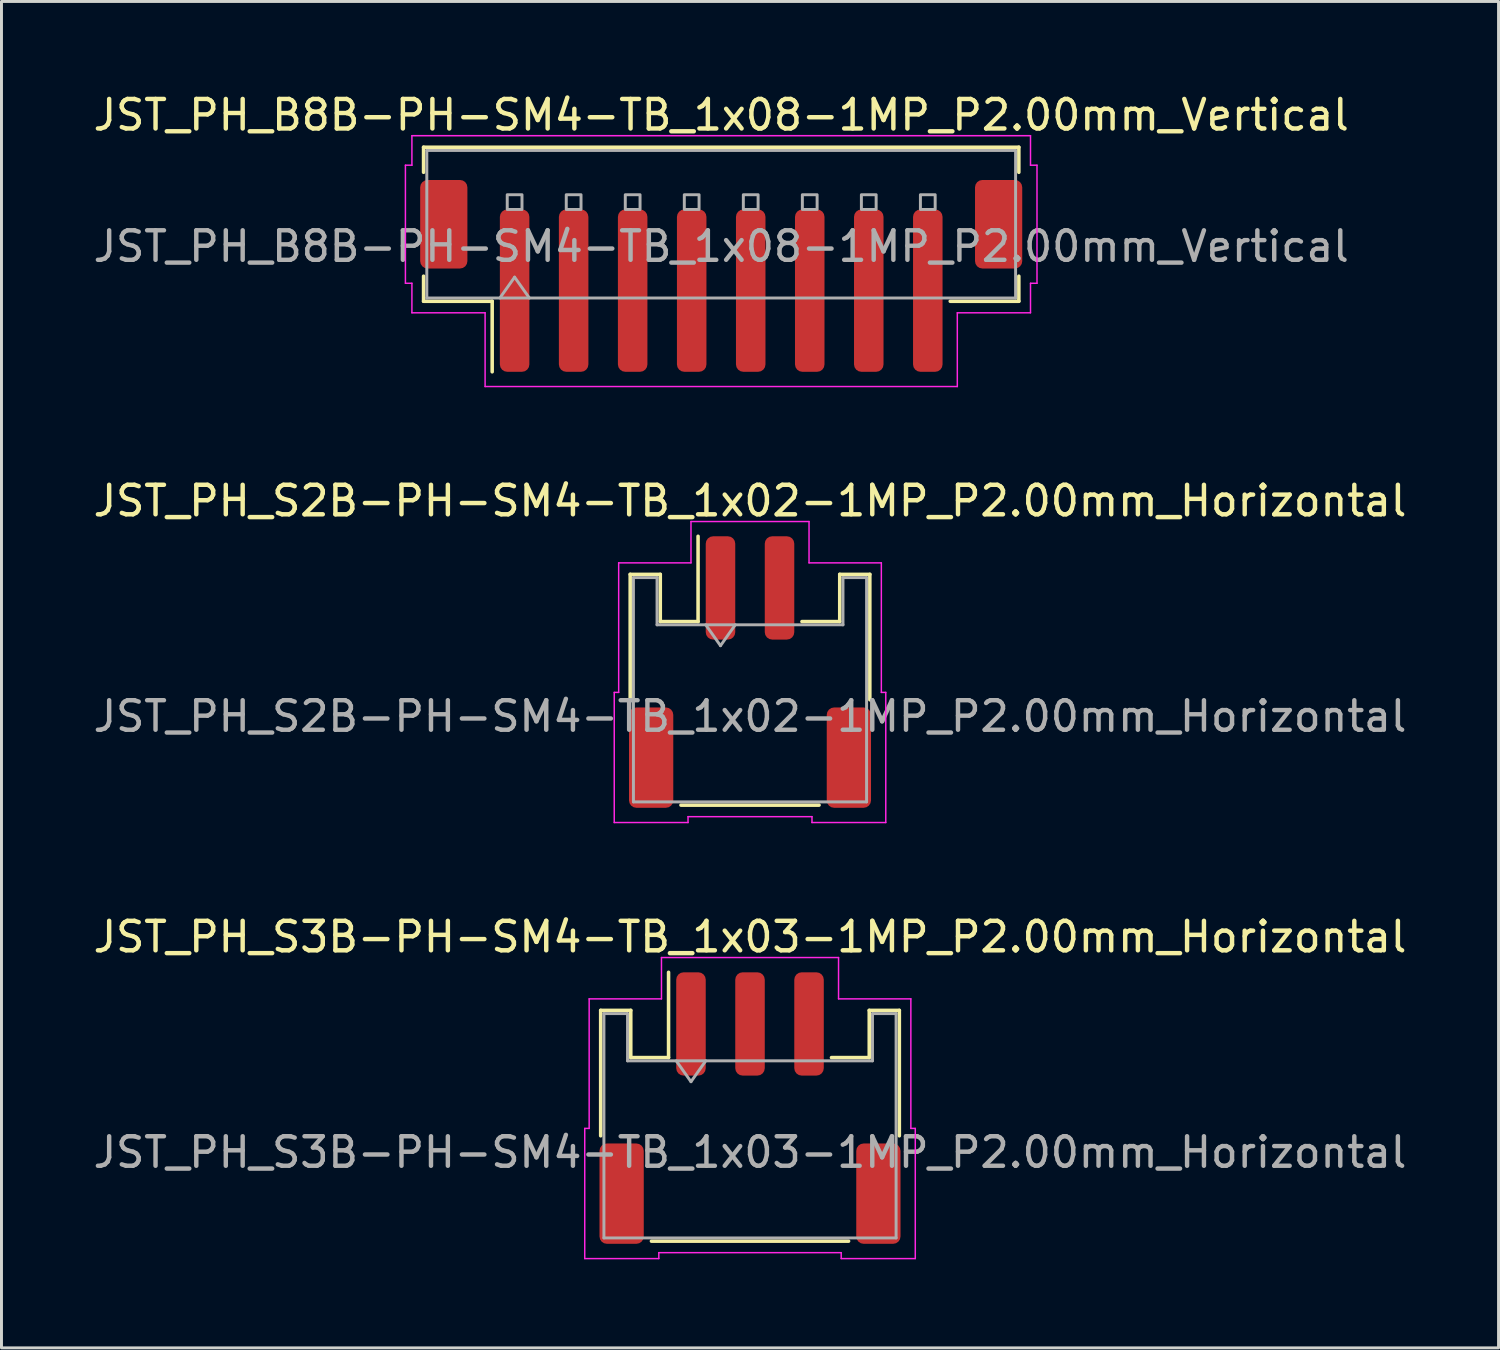
<source format=kicad_pcb>
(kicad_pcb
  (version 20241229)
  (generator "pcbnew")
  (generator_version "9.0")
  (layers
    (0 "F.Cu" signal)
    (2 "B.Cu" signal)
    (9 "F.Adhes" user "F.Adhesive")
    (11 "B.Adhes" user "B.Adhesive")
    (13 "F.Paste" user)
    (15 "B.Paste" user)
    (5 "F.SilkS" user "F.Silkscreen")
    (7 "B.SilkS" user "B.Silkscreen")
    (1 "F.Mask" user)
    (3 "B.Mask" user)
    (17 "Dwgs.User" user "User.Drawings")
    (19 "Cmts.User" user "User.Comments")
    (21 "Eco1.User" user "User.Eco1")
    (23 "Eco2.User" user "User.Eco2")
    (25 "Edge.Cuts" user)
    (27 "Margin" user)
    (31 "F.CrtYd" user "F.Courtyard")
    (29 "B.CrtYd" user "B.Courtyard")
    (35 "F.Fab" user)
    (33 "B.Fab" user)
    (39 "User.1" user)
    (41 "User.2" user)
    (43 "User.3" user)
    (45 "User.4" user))
  (footprint "JST_PH_S3B-PH-SM4-TB_1x03-1MP_P2.00mm_Horizontal"
    (layer "F.Cu")
    (at 22.363 34.495)
    (property "Reference" "JST_PH_S3B-PH-SM4-TB_1x03-1MP_P2.00mm_Horizontal" (at 0 -5.8 0) (layer "F.SilkS") (effects (font (size 1 1) (thickness 0.15))))
    (attr smd)
    (fp_line (start -5.06 -3.31) (end -4.04 -3.31) (stroke (width 0.12) (type solid)) (layer "F.SilkS"))
    (fp_line (start -5.06 0.94) (end -5.06 -3.31) (stroke (width 0.12) (type solid)) (layer "F.SilkS"))
    (fp_line (start -4.04 -3.31) (end -4.04 -1.71) (stroke (width 0.12) (type solid)) (layer "F.SilkS"))
    (fp_line (start -4.04 -1.71) (end -2.76 -1.71) (stroke (width 0.12) (type solid)) (layer "F.SilkS"))
    (fp_line (start -3.34 4.51) (end 3.34 4.51) (stroke (width 0.12) (type solid)) (layer "F.SilkS"))
    (fp_line (start -2.76 -1.71) (end -2.76 -4.6) (stroke (width 0.12) (type solid)) (layer "F.SilkS"))
    (fp_line (start 4.04 -3.31) (end 4.04 -1.71) (stroke (width 0.12) (type solid)) (layer "F.SilkS"))
    (fp_line (start 4.04 -1.71) (end 2.76 -1.71) (stroke (width 0.12) (type solid)) (layer "F.SilkS"))
    (fp_line (start 5.06 -3.31) (end 4.04 -3.31) (stroke (width 0.12) (type solid)) (layer "F.SilkS"))
    (fp_line (start 5.06 0.94) (end 5.06 -3.31) (stroke (width 0.12) (type solid)) (layer "F.SilkS"))
    (fp_line (start -5.6 0.69) (end -5.45 0.69) (stroke (width 0.05) (type solid)) (layer "F.CrtYd"))
    (fp_line (start -5.6 5.1) (end -5.6 0.69) (stroke (width 0.05) (type solid)) (layer "F.CrtYd"))
    (fp_line (start -5.45 -3.7) (end -3 -3.7) (stroke (width 0.05) (type solid)) (layer "F.CrtYd"))
    (fp_line (start -5.45 0.69) (end -5.45 -3.7) (stroke (width 0.05) (type solid)) (layer "F.CrtYd"))
    (fp_line (start -3.09 4.9) (end -3.09 5.1) (stroke (width 0.05) (type solid)) (layer "F.CrtYd"))
    (fp_line (start -3.09 5.1) (end -5.6 5.1) (stroke (width 0.05) (type solid)) (layer "F.CrtYd"))
    (fp_line (start -3 -5.1) (end 3 -5.1) (stroke (width 0.05) (type solid)) (layer "F.CrtYd"))
    (fp_line (start -3 -3.7) (end -3 -5.1) (stroke (width 0.05) (type solid)) (layer "F.CrtYd"))
    (fp_line (start 3 -5.1) (end 3 -3.7) (stroke (width 0.05) (type solid)) (layer "F.CrtYd"))
    (fp_line (start 3 -3.7) (end 5.45 -3.7) (stroke (width 0.05) (type solid)) (layer "F.CrtYd"))
    (fp_line (start 3.09 4.9) (end -3.09 4.9) (stroke (width 0.05) (type solid)) (layer "F.CrtYd"))
    (fp_line (start 3.09 5.1) (end 3.09 4.9) (stroke (width 0.05) (type solid)) (layer "F.CrtYd"))
    (fp_line (start 5.45 -3.7) (end 5.45 0.69) (stroke (width 0.05) (type solid)) (layer "F.CrtYd"))
    (fp_line (start 5.45 0.69) (end 5.6 0.69) (stroke (width 0.05) (type solid)) (layer "F.CrtYd"))
    (fp_line (start 5.6 0.69) (end 5.6 5.1) (stroke (width 0.05) (type solid)) (layer "F.CrtYd"))
    (fp_line (start 5.6 5.1) (end 3.09 5.1) (stroke (width 0.05) (type solid)) (layer "F.CrtYd"))
    (fp_line (start -4.95 -3.2) (end -4.95 4.4) (stroke (width 0.1) (type solid)) (layer "F.Fab"))
    (fp_line (start -4.95 -3.2) (end -4.15 -3.2) (stroke (width 0.1) (type solid)) (layer "F.Fab"))
    (fp_line (start -4.95 4.4) (end 4.95 4.4) (stroke (width 0.1) (type solid)) (layer "F.Fab"))
    (fp_line (start -4.15 -3.2) (end -4.15 -1.6) (stroke (width 0.1) (type solid)) (layer "F.Fab"))
    (fp_line (start -4.15 -1.6) (end 4.15 -1.6) (stroke (width 0.1) (type solid)) (layer "F.Fab"))
    (fp_line (start -2.5 -1.6) (end -2 -0.893) (stroke (width 0.1) (type solid)) (layer "F.Fab"))
    (fp_line (start -2 -0.893) (end -1.5 -1.6) (stroke (width 0.1) (type solid)) (layer "F.Fab"))
    (fp_line (start 4.15 -3.2) (end 4.95 -3.2) (stroke (width 0.1) (type solid)) (layer "F.Fab"))
    (fp_line (start 4.15 -1.6) (end 4.15 -3.2) (stroke (width 0.1) (type solid)) (layer "F.Fab"))
    (fp_line (start 4.95 -3.2) (end 4.95 4.4) (stroke (width 0.1) (type solid)) (layer "F.Fab"))
    (fp_text user "${REFERENCE}" (at 0 1.5 0) (layer "F.Fab") (effects (font (size 1 1) (thickness 0.15))))
    (pad "1" smd roundrect (at -2 -2.85) (size 1 3.5) (layers "F.Cu" "F.Mask" "F.Paste") (roundrect_rratio 0.25))
    (pad "2" smd roundrect (at 0 -2.85) (size 1 3.5) (layers "F.Cu" "F.Mask" "F.Paste") (roundrect_rratio 0.25))
    (pad "3" smd roundrect (at 2 -2.85) (size 1 3.5) (layers "F.Cu" "F.Mask" "F.Paste") (roundrect_rratio 0.25))
    (pad "MP" smd roundrect (at -4.35 2.9) (size 1.5 3.4) (layers "F.Cu" "F.Mask" "F.Paste") (roundrect_rratio 0.167))
    (pad "MP" smd roundrect (at 4.35 2.9) (size 1.5 3.4) (layers "F.Cu" "F.Mask" "F.Paste") (roundrect_rratio 0.167)))
  (footprint "JST_PH_S2B-PH-SM4-TB_1x02-1MP_P2.00mm_Horizontal"
    (layer "F.Cu")
    (at 22.363 19.721)
    (property "Reference" "JST_PH_S2B-PH-SM4-TB_1x02-1MP_P2.00mm_Horizontal" (at 0 -5.8 0) (layer "F.SilkS") (effects (font (size 1 1) (thickness 0.15))))
    (attr smd)
    (fp_line (start -4.06 -3.31) (end -3.04 -3.31) (stroke (width 0.12) (type solid)) (layer "F.SilkS"))
    (fp_line (start -4.06 0.94) (end -4.06 -3.31) (stroke (width 0.12) (type solid)) (layer "F.SilkS"))
    (fp_line (start -3.04 -3.31) (end -3.04 -1.71) (stroke (width 0.12) (type solid)) (layer "F.SilkS"))
    (fp_line (start -3.04 -1.71) (end -1.76 -1.71) (stroke (width 0.12) (type solid)) (layer "F.SilkS"))
    (fp_line (start -2.34 4.51) (end 2.34 4.51) (stroke (width 0.12) (type solid)) (layer "F.SilkS"))
    (fp_line (start -1.76 -1.71) (end -1.76 -4.6) (stroke (width 0.12) (type solid)) (layer "F.SilkS"))
    (fp_line (start 3.04 -3.31) (end 3.04 -1.71) (stroke (width 0.12) (type solid)) (layer "F.SilkS"))
    (fp_line (start 3.04 -1.71) (end 1.76 -1.71) (stroke (width 0.12) (type solid)) (layer "F.SilkS"))
    (fp_line (start 4.06 -3.31) (end 3.04 -3.31) (stroke (width 0.12) (type solid)) (layer "F.SilkS"))
    (fp_line (start 4.06 0.94) (end 4.06 -3.31) (stroke (width 0.12) (type solid)) (layer "F.SilkS"))
    (fp_line (start -4.6 0.69) (end -4.45 0.69) (stroke (width 0.05) (type solid)) (layer "F.CrtYd"))
    (fp_line (start -4.6 5.1) (end -4.6 0.69) (stroke (width 0.05) (type solid)) (layer "F.CrtYd"))
    (fp_line (start -4.45 -3.7) (end -2 -3.7) (stroke (width 0.05) (type solid)) (layer "F.CrtYd"))
    (fp_line (start -4.45 0.69) (end -4.45 -3.7) (stroke (width 0.05) (type solid)) (layer "F.CrtYd"))
    (fp_line (start -2.1 4.9) (end -2.1 5.1) (stroke (width 0.05) (type solid)) (layer "F.CrtYd"))
    (fp_line (start -2.1 5.1) (end -4.6 5.1) (stroke (width 0.05) (type solid)) (layer "F.CrtYd"))
    (fp_line (start -2 -5.1) (end 2 -5.1) (stroke (width 0.05) (type solid)) (layer "F.CrtYd"))
    (fp_line (start -2 -3.7) (end -2 -5.1) (stroke (width 0.05) (type solid)) (layer "F.CrtYd"))
    (fp_line (start 2 -5.1) (end 2 -3.7) (stroke (width 0.05) (type solid)) (layer "F.CrtYd"))
    (fp_line (start 2 -3.7) (end 4.45 -3.7) (stroke (width 0.05) (type solid)) (layer "F.CrtYd"))
    (fp_line (start 2.1 4.9) (end -2.1 4.9) (stroke (width 0.05) (type solid)) (layer "F.CrtYd"))
    (fp_line (start 2.1 5.1) (end 2.1 4.9) (stroke (width 0.05) (type solid)) (layer "F.CrtYd"))
    (fp_line (start 4.45 -3.7) (end 4.45 0.69) (stroke (width 0.05) (type solid)) (layer "F.CrtYd"))
    (fp_line (start 4.45 0.69) (end 4.6 0.69) (stroke (width 0.05) (type solid)) (layer "F.CrtYd"))
    (fp_line (start 4.6 0.69) (end 4.6 5.1) (stroke (width 0.05) (type solid)) (layer "F.CrtYd"))
    (fp_line (start 4.6 5.1) (end 2.1 5.1) (stroke (width 0.05) (type solid)) (layer "F.CrtYd"))
    (fp_line (start -3.95 -3.2) (end -3.95 4.4) (stroke (width 0.1) (type solid)) (layer "F.Fab"))
    (fp_line (start -3.95 -3.2) (end -3.15 -3.2) (stroke (width 0.1) (type solid)) (layer "F.Fab"))
    (fp_line (start -3.95 4.4) (end 3.95 4.4) (stroke (width 0.1) (type solid)) (layer "F.Fab"))
    (fp_line (start -3.15 -3.2) (end -3.15 -1.6) (stroke (width 0.1) (type solid)) (layer "F.Fab"))
    (fp_line (start -3.15 -1.6) (end 3.15 -1.6) (stroke (width 0.1) (type solid)) (layer "F.Fab"))
    (fp_line (start -1.5 -1.6) (end -1 -0.893) (stroke (width 0.1) (type solid)) (layer "F.Fab"))
    (fp_line (start -1 -0.893) (end -0.5 -1.6) (stroke (width 0.1) (type solid)) (layer "F.Fab"))
    (fp_line (start 3.15 -3.2) (end 3.95 -3.2) (stroke (width 0.1) (type solid)) (layer "F.Fab"))
    (fp_line (start 3.15 -1.6) (end 3.15 -3.2) (stroke (width 0.1) (type solid)) (layer "F.Fab"))
    (fp_line (start 3.95 -3.2) (end 3.95 4.4) (stroke (width 0.1) (type solid)) (layer "F.Fab"))
    (fp_text user "${REFERENCE}" (at 0 1.5 0) (layer "F.Fab") (effects (font (size 1 1) (thickness 0.15))))
    (pad "1" smd roundrect (at -1 -2.85) (size 1 3.5) (layers "F.Cu" "F.Mask" "F.Paste") (roundrect_rratio 0.25))
    (pad "2" smd roundrect (at 1 -2.85) (size 1 3.5) (layers "F.Cu" "F.Mask" "F.Paste") (roundrect_rratio 0.25))
    (pad "MP" smd roundrect (at -3.35 2.9) (size 1.5 3.4) (layers "F.Cu" "F.Mask" "F.Paste") (roundrect_rratio 0.167))
    (pad "MP" smd roundrect (at 3.35 2.9) (size 1.5 3.4) (layers "F.Cu" "F.Mask" "F.Paste") (roundrect_rratio 0.167)))
  (footprint "JST_PH_B8B-PH-SM4-TB_1x08-1MP_P2.00mm_Vertical"
    (layer "F.Cu")
    (at 21.387 6.298)
    (property "Reference" "JST_PH_B8B-PH-SM4-TB_1x08-1MP_P2.00mm_Vertical" (at 0 -5.45 0) (layer "F.SilkS") (effects (font (size 1 1) (thickness 0.15))))
    (attr smd)
    (fp_line (start -10.085 -4.36) (end 10.085 -4.36) (stroke (width 0.12) (type solid)) (layer "F.SilkS"))
    (fp_line (start -10.085 -3.51) (end -10.085 -4.36) (stroke (width 0.12) (type solid)) (layer "F.SilkS"))
    (fp_line (start -10.085 0.01) (end -10.085 0.86) (stroke (width 0.12) (type solid)) (layer "F.SilkS"))
    (fp_line (start -10.085 0.86) (end -7.76 0.86) (stroke (width 0.12) (type solid)) (layer "F.SilkS"))
    (fp_line (start -7.76 0.86) (end -7.76 3.25) (stroke (width 0.12) (type solid)) (layer "F.SilkS"))
    (fp_line (start 10.085 -4.36) (end 10.085 -3.51) (stroke (width 0.12) (type solid)) (layer "F.SilkS"))
    (fp_line (start 10.085 0.01) (end 10.085 0.86) (stroke (width 0.12) (type solid)) (layer "F.SilkS"))
    (fp_line (start 10.085 0.86) (end 7.76 0.86) (stroke (width 0.12) (type solid)) (layer "F.SilkS"))
    (fp_line (start -10.7 -3.75) (end -10.48 -3.75) (stroke (width 0.05) (type solid)) (layer "F.CrtYd"))
    (fp_line (start -10.7 0.25) (end -10.7 -3.75) (stroke (width 0.05) (type solid)) (layer "F.CrtYd"))
    (fp_line (start -10.48 -4.75) (end 10.48 -4.75) (stroke (width 0.05) (type solid)) (layer "F.CrtYd"))
    (fp_line (start -10.48 -3.75) (end -10.48 -4.75) (stroke (width 0.05) (type solid)) (layer "F.CrtYd"))
    (fp_line (start -10.48 0.25) (end -10.7 0.25) (stroke (width 0.05) (type solid)) (layer "F.CrtYd"))
    (fp_line (start -10.48 1.25) (end -10.48 0.25) (stroke (width 0.05) (type solid)) (layer "F.CrtYd"))
    (fp_line (start -8 1.25) (end -10.48 1.25) (stroke (width 0.05) (type solid)) (layer "F.CrtYd"))
    (fp_line (start -8 3.75) (end -8 1.25) (stroke (width 0.05) (type solid)) (layer "F.CrtYd"))
    (fp_line (start 8 1.25) (end 8 3.75) (stroke (width 0.05) (type solid)) (layer "F.CrtYd"))
    (fp_line (start 8 3.75) (end -8 3.75) (stroke (width 0.05) (type solid)) (layer "F.CrtYd"))
    (fp_line (start 10.48 -4.75) (end 10.48 -3.75) (stroke (width 0.05) (type solid)) (layer "F.CrtYd"))
    (fp_line (start 10.48 -3.75) (end 10.7 -3.75) (stroke (width 0.05) (type solid)) (layer "F.CrtYd"))
    (fp_line (start 10.48 0.25) (end 10.48 1.25) (stroke (width 0.05) (type solid)) (layer "F.CrtYd"))
    (fp_line (start 10.48 1.25) (end 8 1.25) (stroke (width 0.05) (type solid)) (layer "F.CrtYd"))
    (fp_line (start 10.7 -3.75) (end 10.7 0.25) (stroke (width 0.05) (type solid)) (layer "F.CrtYd"))
    (fp_line (start 10.7 0.25) (end 10.48 0.25) (stroke (width 0.05) (type solid)) (layer "F.CrtYd"))
    (fp_line (start -9.975 -4.25) (end 9.975 -4.25) (stroke (width 0.1) (type solid)) (layer "F.Fab"))
    (fp_line (start -9.975 0.75) (end -9.975 -4.25) (stroke (width 0.1) (type solid)) (layer "F.Fab"))
    (fp_line (start -9.975 0.75) (end 9.975 0.75) (stroke (width 0.1) (type solid)) (layer "F.Fab"))
    (fp_line (start -7.5 0.75) (end -7 0.043) (stroke (width 0.1) (type solid)) (layer "F.Fab"))
    (fp_line (start -7 0.043) (end -6.5 0.75) (stroke (width 0.1) (type solid)) (layer "F.Fab"))
    (fp_line (start 9.975 0.75) (end 9.975 -4.25) (stroke (width 0.1) (type solid)) (layer "F.Fab"))
    (fp_rect (start -7.25 -2.75) (end -6.75 -2.25) (stroke (width 0.1) (type solid)) (fill no) (layer "F.Fab"))
    (fp_rect (start -5.25 -2.75) (end -4.75 -2.25) (stroke (width 0.1) (type solid)) (fill no) (layer "F.Fab"))
    (fp_rect (start -3.25 -2.75) (end -2.75 -2.25) (stroke (width 0.1) (type solid)) (fill no) (layer "F.Fab"))
    (fp_rect (start -1.25 -2.75) (end -0.75 -2.25) (stroke (width 0.1) (type solid)) (fill no) (layer "F.Fab"))
    (fp_rect (start 0.75 -2.75) (end 1.25 -2.25) (stroke (width 0.1) (type solid)) (fill no) (layer "F.Fab"))
    (fp_rect (start 2.75 -2.75) (end 3.25 -2.25) (stroke (width 0.1) (type solid)) (fill no) (layer "F.Fab"))
    (fp_rect (start 4.75 -2.75) (end 5.25 -2.25) (stroke (width 0.1) (type solid)) (fill no) (layer "F.Fab"))
    (fp_rect (start 6.75 -2.75) (end 7.25 -2.25) (stroke (width 0.1) (type solid)) (fill no) (layer "F.Fab"))
    (fp_text user "${REFERENCE}" (at 0 -1 0) (layer "F.Fab") (effects (font (size 1 1) (thickness 0.15))))
    (pad "1" smd roundrect (at -7 0.5) (size 1 5.5) (layers "F.Cu" "F.Mask" "F.Paste") (roundrect_rratio 0.25))
    (pad "2" smd roundrect (at -5 0.5) (size 1 5.5) (layers "F.Cu" "F.Mask" "F.Paste") (roundrect_rratio 0.25))
    (pad "3" smd roundrect (at -3 0.5) (size 1 5.5) (layers "F.Cu" "F.Mask" "F.Paste") (roundrect_rratio 0.25))
    (pad "4" smd roundrect (at -1 0.5) (size 1 5.5) (layers "F.Cu" "F.Mask" "F.Paste") (roundrect_rratio 0.25))
    (pad "5" smd roundrect (at 1 0.5) (size 1 5.5) (layers "F.Cu" "F.Mask" "F.Paste") (roundrect_rratio 0.25))
    (pad "6" smd roundrect (at 3 0.5) (size 1 5.5) (layers "F.Cu" "F.Mask" "F.Paste") (roundrect_rratio 0.25))
    (pad "7" smd roundrect (at 5 0.5) (size 1 5.5) (layers "F.Cu" "F.Mask" "F.Paste") (roundrect_rratio 0.25))
    (pad "8" smd roundrect (at 7 0.5) (size 1 5.5) (layers "F.Cu" "F.Mask" "F.Paste") (roundrect_rratio 0.25))
    (pad "MP" smd roundrect (at -9.4 -1.75) (size 1.6 3) (layers "F.Cu" "F.Mask" "F.Paste") (roundrect_rratio 0.156))
    (pad "MP" smd roundrect (at 9.4 -1.75) (size 1.6 3) (layers "F.Cu" "F.Mask" "F.Paste") (roundrect_rratio 0.156)))
  (gr_rect
    (start -3 -3)
    (end 47.726 42.62)
    (stroke (width 0.1) (type default))
    (fill no)
    (layer "Edge.Cuts")))
</source>
